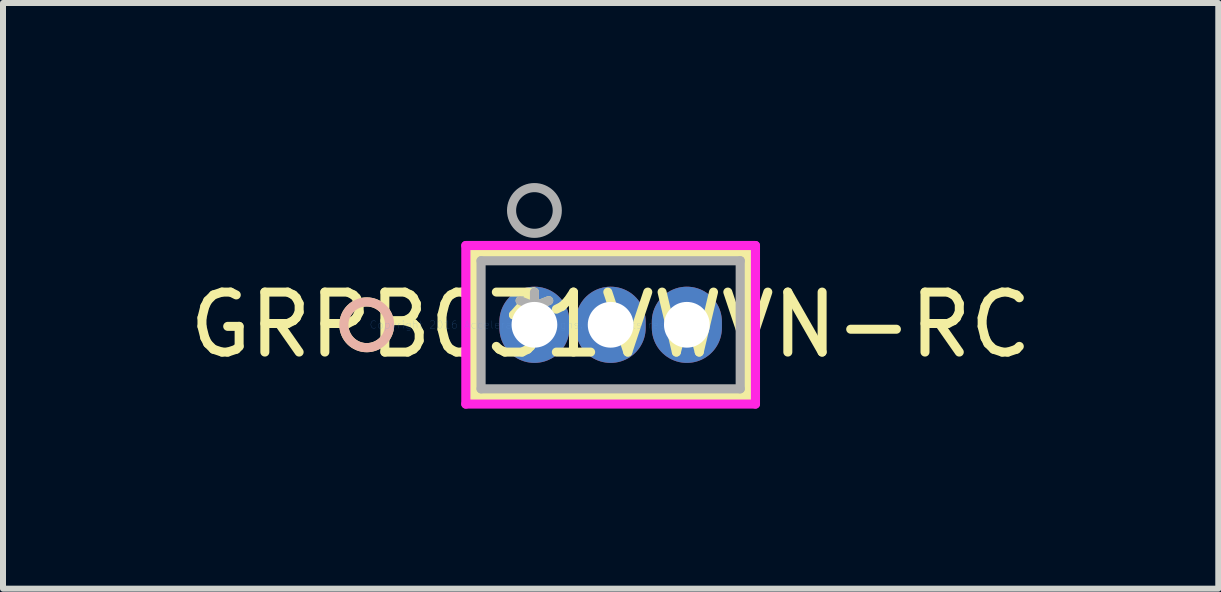
<source format=kicad_pcb>
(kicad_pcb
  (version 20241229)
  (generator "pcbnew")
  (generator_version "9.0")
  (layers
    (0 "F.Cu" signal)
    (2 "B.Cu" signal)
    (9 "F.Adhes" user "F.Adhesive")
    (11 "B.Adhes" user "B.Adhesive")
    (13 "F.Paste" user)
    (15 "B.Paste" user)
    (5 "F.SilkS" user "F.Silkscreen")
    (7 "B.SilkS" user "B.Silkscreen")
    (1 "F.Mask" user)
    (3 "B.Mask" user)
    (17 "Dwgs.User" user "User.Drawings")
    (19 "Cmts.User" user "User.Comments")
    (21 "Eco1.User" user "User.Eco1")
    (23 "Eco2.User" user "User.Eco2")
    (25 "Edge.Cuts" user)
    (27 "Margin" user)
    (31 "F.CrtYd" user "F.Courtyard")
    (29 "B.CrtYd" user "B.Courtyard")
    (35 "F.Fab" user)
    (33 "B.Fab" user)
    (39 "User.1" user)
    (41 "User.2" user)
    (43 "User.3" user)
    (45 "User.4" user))
  (footprint "GRPB031VWVN-RC"
    (layer "F.Cu")
    (at 5.855 2.362)
    (property "Reference" "GRPB031VWVN-RC" (at 1.27 0 0) (layer "F.SilkS") (effects (font (size 1 1) (thickness 0.15))))
    (attr through_hole)
    (fp_line (start -1.016 -1.194) (end -1.016 1.194) (stroke (width 0.152) (type solid)) (layer "F.SilkS"))
    (fp_line (start -1.016 1.194) (end 3.556 1.194) (stroke (width 0.152) (type solid)) (layer "F.SilkS"))
    (fp_line (start 3.556 -1.194) (end -1.016 -1.194) (stroke (width 0.152) (type solid)) (layer "F.SilkS"))
    (fp_line (start 3.556 1.194) (end 3.556 -1.194) (stroke (width 0.152) (type solid)) (layer "F.SilkS"))
    (fp_circle (center -2.794 0) (end -2.413 0) (stroke (width 0.152) (type solid)) (fill no) (layer "F.SilkS"))
    (fp_circle (center -2.794 0) (end -2.413 0) (stroke (width 0.152) (type solid)) (fill no) (layer "B.SilkS"))
    (fp_line (start -1.143 -1.321) (end -1.143 1.321) (stroke (width 0.152) (type solid)) (layer "F.CrtYd"))
    (fp_line (start -1.143 1.321) (end 3.683 1.321) (stroke (width 0.152) (type solid)) (layer "F.CrtYd"))
    (fp_line (start 3.683 -1.321) (end -1.143 -1.321) (stroke (width 0.152) (type solid)) (layer "F.CrtYd"))
    (fp_line (start 3.683 1.321) (end 3.683 -1.321) (stroke (width 0.152) (type solid)) (layer "F.CrtYd"))
    (fp_line (start -0.889 -1.067) (end -0.889 1.067) (stroke (width 0.152) (type solid)) (layer "F.Fab"))
    (fp_line (start -0.889 1.067) (end 3.429 1.067) (stroke (width 0.152) (type solid)) (layer "F.Fab"))
    (fp_line (start 3.429 -1.067) (end -0.889 -1.067) (stroke (width 0.152) (type solid)) (layer "F.Fab"))
    (fp_line (start 3.429 1.067) (end 3.429 -1.067) (stroke (width 0.152) (type solid)) (layer "F.Fab"))
    (fp_circle (center 0 -1.905) (end 0.381 -1.905) (stroke (width 0.152) (type solid)) (fill no) (layer "F.Fab"))
    (fp_text user "*" (at 0 0 0) (layer "F.SilkS") (effects (font (size 1 1) (thickness 0.15))))
    (fp_text user "Copyright 2016 Accelerated Designs. All rights reserved." (at 0 0 0) (layer "Cmts.User") (effects (font (size 0.127 0.127) (thickness 0.002))))
    (fp_text user "*" (at 0 0 0) (layer "F.Fab") (effects (font (size 1 1) (thickness 0.15))))
    (pad "1" thru_hole oval (at 0 0) (size 1.168 1.27) (drill 0.762) (layers "*.Cu" "*.Mask"))
    (pad "2" thru_hole oval (at 1.27 0) (size 1.168 1.27) (drill 0.762) (layers "*.Cu" "*.Mask"))
    (pad "3" thru_hole oval (at 2.54 0) (size 1.168 1.27) (drill 0.762) (layers "*.Cu" "*.Mask")))
  (gr_rect
    (start -3 -3)
    (end 17.25 6.759)
    (stroke (width 0.1) (type default))
    (fill no)
    (layer "Edge.Cuts")))
</source>
